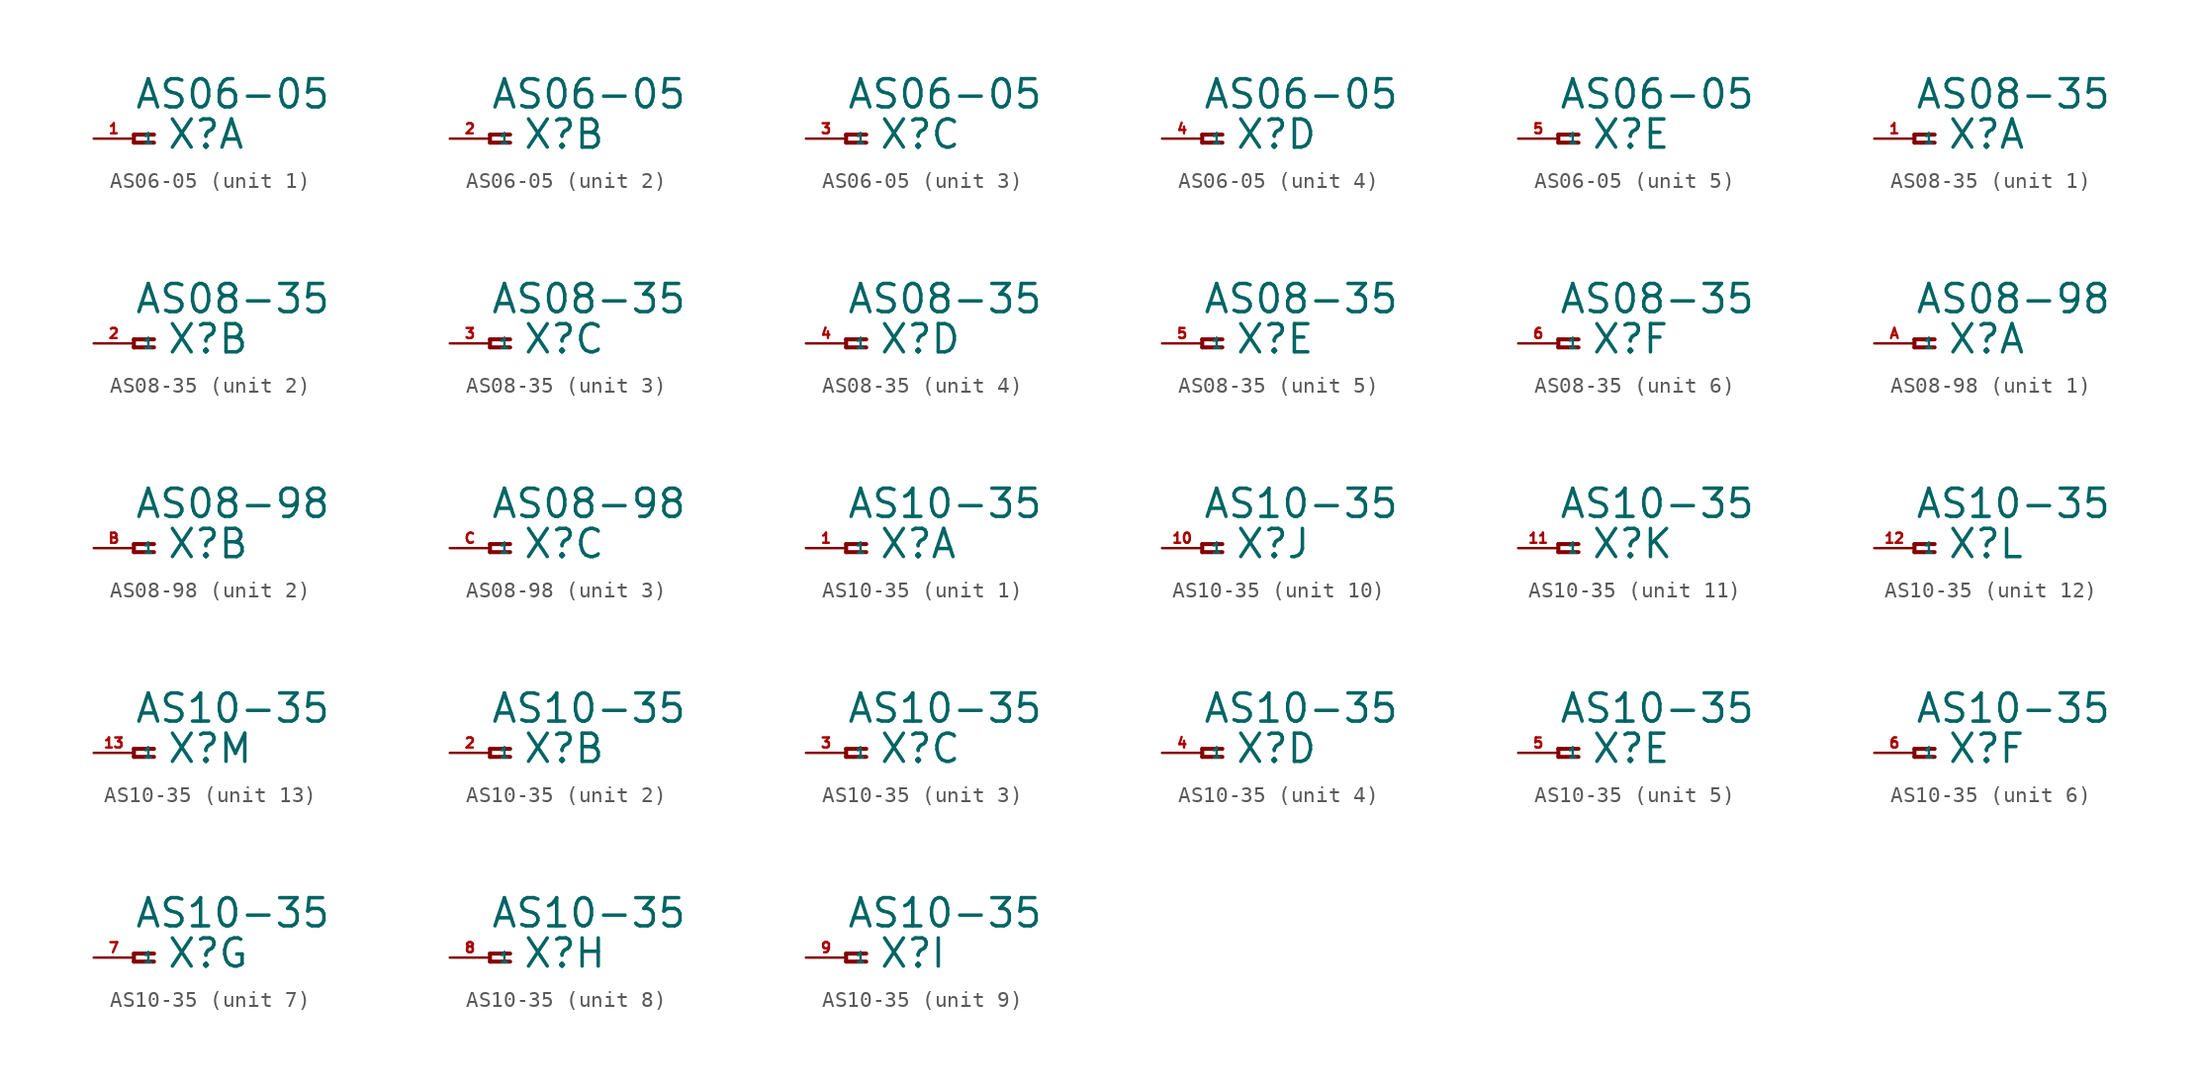
<source format=kicad_sym>
(kicad_symbol_lib
  (version 20220914)
  (generator Eagle2Kicad)
  (symbol "AS06-05"
    (property "Reference" "X"
      (at 2.032 -0.762 0)
      (effects (font (size 1.778 1.778) (thickness 0.22)) (justify left bottom)))
    (property "Value" "AS06-05"
      (at 0 1.778 0)
      (effects (font (size 1.778 1.778) (thickness 0.22)) (justify left bottom)))
    (symbol "AS06-05_1_0"
      (polyline (pts (xy 1.27 0.254) (xy 0 0.254)) (stroke (width 0.254) (type default)) (fill (type none)))
      (polyline (pts (xy 0 0.254) (xy 0 -0.254)) (stroke (width 0.254) (type default)) (fill (type none)))
      (polyline (pts (xy 0 -0.254) (xy 1.27 -0.254)) (stroke (width 0.254) (type default)) (fill (type none)))
      (pin passive line (at -2.54 0 0) (length 2.54) (name "1" (effects (font (size 0.635 0.635) (thickness 0.08)) (justify left bottom))) (number "1" (effects (font (size 0.635 0.635) (thickness 0.08)) (justify left bottom)))))
    (symbol "AS06-05_2_0"
      (polyline (pts (xy 1.27 0.254) (xy 0 0.254)) (stroke (width 0.254) (type default)) (fill (type none)))
      (polyline (pts (xy 0 0.254) (xy 0 -0.254)) (stroke (width 0.254) (type default)) (fill (type none)))
      (polyline (pts (xy 0 -0.254) (xy 1.27 -0.254)) (stroke (width 0.254) (type default)) (fill (type none)))
      (pin passive line (at -2.54 0 0) (length 2.54) (name "1" (effects (font (size 0.635 0.635) (thickness 0.08)) (justify left bottom))) (number "2" (effects (font (size 0.635 0.635) (thickness 0.08)) (justify left bottom)))))
    (symbol "AS06-05_3_0"
      (polyline (pts (xy 1.27 0.254) (xy 0 0.254)) (stroke (width 0.254) (type default)) (fill (type none)))
      (polyline (pts (xy 0 0.254) (xy 0 -0.254)) (stroke (width 0.254) (type default)) (fill (type none)))
      (polyline (pts (xy 0 -0.254) (xy 1.27 -0.254)) (stroke (width 0.254) (type default)) (fill (type none)))
      (pin passive line (at -2.54 0 0) (length 2.54) (name "1" (effects (font (size 0.635 0.635) (thickness 0.08)) (justify left bottom))) (number "3" (effects (font (size 0.635 0.635) (thickness 0.08)) (justify left bottom)))))
    (symbol "AS06-05_4_0"
      (polyline (pts (xy 1.27 0.254) (xy 0 0.254)) (stroke (width 0.254) (type default)) (fill (type none)))
      (polyline (pts (xy 0 0.254) (xy 0 -0.254)) (stroke (width 0.254) (type default)) (fill (type none)))
      (polyline (pts (xy 0 -0.254) (xy 1.27 -0.254)) (stroke (width 0.254) (type default)) (fill (type none)))
      (pin passive line (at -2.54 0 0) (length 2.54) (name "1" (effects (font (size 0.635 0.635) (thickness 0.08)) (justify left bottom))) (number "4" (effects (font (size 0.635 0.635) (thickness 0.08)) (justify left bottom)))))
    (symbol "AS06-05_5_0"
      (polyline (pts (xy 1.27 0.254) (xy 0 0.254)) (stroke (width 0.254) (type default)) (fill (type none)))
      (polyline (pts (xy 0 0.254) (xy 0 -0.254)) (stroke (width 0.254) (type default)) (fill (type none)))
      (polyline (pts (xy 0 -0.254) (xy 1.27 -0.254)) (stroke (width 0.254) (type default)) (fill (type none)))
      (pin passive line (at -2.54 0 0) (length 2.54) (name "1" (effects (font (size 0.635 0.635) (thickness 0.08)) (justify left bottom))) (number "5" (effects (font (size 0.635 0.635) (thickness 0.08)) (justify left bottom))))))
  (symbol "AS08-35"
    (property "Reference" "X"
      (at 2.032 -0.762 0)
      (effects (font (size 1.778 1.778) (thickness 0.22)) (justify left bottom)))
    (property "Value" "AS08-35"
      (at 0 1.778 0)
      (effects (font (size 1.778 1.778) (thickness 0.22)) (justify left bottom)))
    (symbol "AS08-35_1_0"
      (polyline (pts (xy 1.27 0.254) (xy 0 0.254)) (stroke (width 0.254) (type default)) (fill (type none)))
      (polyline (pts (xy 0 0.254) (xy 0 -0.254)) (stroke (width 0.254) (type default)) (fill (type none)))
      (polyline (pts (xy 0 -0.254) (xy 1.27 -0.254)) (stroke (width 0.254) (type default)) (fill (type none)))
      (pin passive line (at -2.54 0 0) (length 2.54) (name "1" (effects (font (size 0.635 0.635) (thickness 0.08)) (justify left bottom))) (number "1" (effects (font (size 0.635 0.635) (thickness 0.08)) (justify left bottom)))))
    (symbol "AS08-35_2_0"
      (polyline (pts (xy 1.27 0.254) (xy 0 0.254)) (stroke (width 0.254) (type default)) (fill (type none)))
      (polyline (pts (xy 0 0.254) (xy 0 -0.254)) (stroke (width 0.254) (type default)) (fill (type none)))
      (polyline (pts (xy 0 -0.254) (xy 1.27 -0.254)) (stroke (width 0.254) (type default)) (fill (type none)))
      (pin passive line (at -2.54 0 0) (length 2.54) (name "1" (effects (font (size 0.635 0.635) (thickness 0.08)) (justify left bottom))) (number "2" (effects (font (size 0.635 0.635) (thickness 0.08)) (justify left bottom)))))
    (symbol "AS08-35_3_0"
      (polyline (pts (xy 1.27 0.254) (xy 0 0.254)) (stroke (width 0.254) (type default)) (fill (type none)))
      (polyline (pts (xy 0 0.254) (xy 0 -0.254)) (stroke (width 0.254) (type default)) (fill (type none)))
      (polyline (pts (xy 0 -0.254) (xy 1.27 -0.254)) (stroke (width 0.254) (type default)) (fill (type none)))
      (pin passive line (at -2.54 0 0) (length 2.54) (name "1" (effects (font (size 0.635 0.635) (thickness 0.08)) (justify left bottom))) (number "3" (effects (font (size 0.635 0.635) (thickness 0.08)) (justify left bottom)))))
    (symbol "AS08-35_4_0"
      (polyline (pts (xy 1.27 0.254) (xy 0 0.254)) (stroke (width 0.254) (type default)) (fill (type none)))
      (polyline (pts (xy 0 0.254) (xy 0 -0.254)) (stroke (width 0.254) (type default)) (fill (type none)))
      (polyline (pts (xy 0 -0.254) (xy 1.27 -0.254)) (stroke (width 0.254) (type default)) (fill (type none)))
      (pin passive line (at -2.54 0 0) (length 2.54) (name "1" (effects (font (size 0.635 0.635) (thickness 0.08)) (justify left bottom))) (number "4" (effects (font (size 0.635 0.635) (thickness 0.08)) (justify left bottom)))))
    (symbol "AS08-35_5_0"
      (polyline (pts (xy 1.27 0.254) (xy 0 0.254)) (stroke (width 0.254) (type default)) (fill (type none)))
      (polyline (pts (xy 0 0.254) (xy 0 -0.254)) (stroke (width 0.254) (type default)) (fill (type none)))
      (polyline (pts (xy 0 -0.254) (xy 1.27 -0.254)) (stroke (width 0.254) (type default)) (fill (type none)))
      (pin passive line (at -2.54 0 0) (length 2.54) (name "1" (effects (font (size 0.635 0.635) (thickness 0.08)) (justify left bottom))) (number "5" (effects (font (size 0.635 0.635) (thickness 0.08)) (justify left bottom)))))
    (symbol "AS08-35_6_0"
      (polyline (pts (xy 1.27 0.254) (xy 0 0.254)) (stroke (width 0.254) (type default)) (fill (type none)))
      (polyline (pts (xy 0 0.254) (xy 0 -0.254)) (stroke (width 0.254) (type default)) (fill (type none)))
      (polyline (pts (xy 0 -0.254) (xy 1.27 -0.254)) (stroke (width 0.254) (type default)) (fill (type none)))
      (pin passive line (at -2.54 0 0) (length 2.54) (name "1" (effects (font (size 0.635 0.635) (thickness 0.08)) (justify left bottom))) (number "6" (effects (font (size 0.635 0.635) (thickness 0.08)) (justify left bottom))))))
  (symbol "AS08-98"
    (property "Reference" "X"
      (at 2.032 -0.762 0)
      (effects (font (size 1.778 1.778) (thickness 0.22)) (justify left bottom)))
    (property "Value" "AS08-98"
      (at 0 1.778 0)
      (effects (font (size 1.778 1.778) (thickness 0.22)) (justify left bottom)))
    (symbol "AS08-98_1_0"
      (polyline (pts (xy 1.27 0.254) (xy 0 0.254)) (stroke (width 0.254) (type default)) (fill (type none)))
      (polyline (pts (xy 0 0.254) (xy 0 -0.254)) (stroke (width 0.254) (type default)) (fill (type none)))
      (polyline (pts (xy 0 -0.254) (xy 1.27 -0.254)) (stroke (width 0.254) (type default)) (fill (type none)))
      (pin passive line (at -2.54 0 0) (length 2.54) (name "1" (effects (font (size 0.635 0.635) (thickness 0.08)) (justify left bottom))) (number "A" (effects (font (size 0.635 0.635) (thickness 0.08)) (justify left bottom)))))
    (symbol "AS08-98_2_0"
      (polyline (pts (xy 1.27 0.254) (xy 0 0.254)) (stroke (width 0.254) (type default)) (fill (type none)))
      (polyline (pts (xy 0 0.254) (xy 0 -0.254)) (stroke (width 0.254) (type default)) (fill (type none)))
      (polyline (pts (xy 0 -0.254) (xy 1.27 -0.254)) (stroke (width 0.254) (type default)) (fill (type none)))
      (pin passive line (at -2.54 0 0) (length 2.54) (name "1" (effects (font (size 0.635 0.635) (thickness 0.08)) (justify left bottom))) (number "B" (effects (font (size 0.635 0.635) (thickness 0.08)) (justify left bottom)))))
    (symbol "AS08-98_3_0"
      (polyline (pts (xy 1.27 0.254) (xy 0 0.254)) (stroke (width 0.254) (type default)) (fill (type none)))
      (polyline (pts (xy 0 0.254) (xy 0 -0.254)) (stroke (width 0.254) (type default)) (fill (type none)))
      (polyline (pts (xy 0 -0.254) (xy 1.27 -0.254)) (stroke (width 0.254) (type default)) (fill (type none)))
      (pin passive line (at -2.54 0 0) (length 2.54) (name "1" (effects (font (size 0.635 0.635) (thickness 0.08)) (justify left bottom))) (number "C" (effects (font (size 0.635 0.635) (thickness 0.08)) (justify left bottom))))))
  (symbol "AS10-35"
    (property "Reference" "X"
      (at 2.032 -0.762 0)
      (effects (font (size 1.778 1.778) (thickness 0.22)) (justify left bottom)))
    (property "Value" "AS10-35"
      (at 0 1.778 0)
      (effects (font (size 1.778 1.778) (thickness 0.22)) (justify left bottom)))
    (symbol "AS10-35_1_0"
      (polyline (pts (xy 1.27 0.254) (xy 0 0.254)) (stroke (width 0.254) (type default)) (fill (type none)))
      (polyline (pts (xy 0 0.254) (xy 0 -0.254)) (stroke (width 0.254) (type default)) (fill (type none)))
      (polyline (pts (xy 0 -0.254) (xy 1.27 -0.254)) (stroke (width 0.254) (type default)) (fill (type none)))
      (pin passive line (at -2.54 0 0) (length 2.54) (name "1" (effects (font (size 0.635 0.635) (thickness 0.08)) (justify left bottom))) (number "1" (effects (font (size 0.635 0.635) (thickness 0.08)) (justify left bottom)))))
    (symbol "AS10-35_2_0"
      (polyline (pts (xy 1.27 0.254) (xy 0 0.254)) (stroke (width 0.254) (type default)) (fill (type none)))
      (polyline (pts (xy 0 0.254) (xy 0 -0.254)) (stroke (width 0.254) (type default)) (fill (type none)))
      (polyline (pts (xy 0 -0.254) (xy 1.27 -0.254)) (stroke (width 0.254) (type default)) (fill (type none)))
      (pin passive line (at -2.54 0 0) (length 2.54) (name "1" (effects (font (size 0.635 0.635) (thickness 0.08)) (justify left bottom))) (number "2" (effects (font (size 0.635 0.635) (thickness 0.08)) (justify left bottom)))))
    (symbol "AS10-35_3_0"
      (polyline (pts (xy 1.27 0.254) (xy 0 0.254)) (stroke (width 0.254) (type default)) (fill (type none)))
      (polyline (pts (xy 0 0.254) (xy 0 -0.254)) (stroke (width 0.254) (type default)) (fill (type none)))
      (polyline (pts (xy 0 -0.254) (xy 1.27 -0.254)) (stroke (width 0.254) (type default)) (fill (type none)))
      (pin passive line (at -2.54 0 0) (length 2.54) (name "1" (effects (font (size 0.635 0.635) (thickness 0.08)) (justify left bottom))) (number "3" (effects (font (size 0.635 0.635) (thickness 0.08)) (justify left bottom)))))
    (symbol "AS10-35_4_0"
      (polyline (pts (xy 1.27 0.254) (xy 0 0.254)) (stroke (width 0.254) (type default)) (fill (type none)))
      (polyline (pts (xy 0 0.254) (xy 0 -0.254)) (stroke (width 0.254) (type default)) (fill (type none)))
      (polyline (pts (xy 0 -0.254) (xy 1.27 -0.254)) (stroke (width 0.254) (type default)) (fill (type none)))
      (pin passive line (at -2.54 0 0) (length 2.54) (name "1" (effects (font (size 0.635 0.635) (thickness 0.08)) (justify left bottom))) (number "4" (effects (font (size 0.635 0.635) (thickness 0.08)) (justify left bottom)))))
    (symbol "AS10-35_5_0"
      (polyline (pts (xy 1.27 0.254) (xy 0 0.254)) (stroke (width 0.254) (type default)) (fill (type none)))
      (polyline (pts (xy 0 0.254) (xy 0 -0.254)) (stroke (width 0.254) (type default)) (fill (type none)))
      (polyline (pts (xy 0 -0.254) (xy 1.27 -0.254)) (stroke (width 0.254) (type default)) (fill (type none)))
      (pin passive line (at -2.54 0 0) (length 2.54) (name "1" (effects (font (size 0.635 0.635) (thickness 0.08)) (justify left bottom))) (number "5" (effects (font (size 0.635 0.635) (thickness 0.08)) (justify left bottom)))))
    (symbol "AS10-35_6_0"
      (polyline (pts (xy 1.27 0.254) (xy 0 0.254)) (stroke (width 0.254) (type default)) (fill (type none)))
      (polyline (pts (xy 0 0.254) (xy 0 -0.254)) (stroke (width 0.254) (type default)) (fill (type none)))
      (polyline (pts (xy 0 -0.254) (xy 1.27 -0.254)) (stroke (width 0.254) (type default)) (fill (type none)))
      (pin passive line (at -2.54 0 0) (length 2.54) (name "1" (effects (font (size 0.635 0.635) (thickness 0.08)) (justify left bottom))) (number "6" (effects (font (size 0.635 0.635) (thickness 0.08)) (justify left bottom)))))
    (symbol "AS10-35_7_0"
      (polyline (pts (xy 1.27 0.254) (xy 0 0.254)) (stroke (width 0.254) (type default)) (fill (type none)))
      (polyline (pts (xy 0 0.254) (xy 0 -0.254)) (stroke (width 0.254) (type default)) (fill (type none)))
      (polyline (pts (xy 0 -0.254) (xy 1.27 -0.254)) (stroke (width 0.254) (type default)) (fill (type none)))
      (pin passive line (at -2.54 0 0) (length 2.54) (name "1" (effects (font (size 0.635 0.635) (thickness 0.08)) (justify left bottom))) (number "7" (effects (font (size 0.635 0.635) (thickness 0.08)) (justify left bottom)))))
    (symbol "AS10-35_8_0"
      (polyline (pts (xy 1.27 0.254) (xy 0 0.254)) (stroke (width 0.254) (type default)) (fill (type none)))
      (polyline (pts (xy 0 0.254) (xy 0 -0.254)) (stroke (width 0.254) (type default)) (fill (type none)))
      (polyline (pts (xy 0 -0.254) (xy 1.27 -0.254)) (stroke (width 0.254) (type default)) (fill (type none)))
      (pin passive line (at -2.54 0 0) (length 2.54) (name "1" (effects (font (size 0.635 0.635) (thickness 0.08)) (justify left bottom))) (number "8" (effects (font (size 0.635 0.635) (thickness 0.08)) (justify left bottom)))))
    (symbol "AS10-35_9_0"
      (polyline (pts (xy 1.27 0.254) (xy 0 0.254)) (stroke (width 0.254) (type default)) (fill (type none)))
      (polyline (pts (xy 0 0.254) (xy 0 -0.254)) (stroke (width 0.254) (type default)) (fill (type none)))
      (polyline (pts (xy 0 -0.254) (xy 1.27 -0.254)) (stroke (width 0.254) (type default)) (fill (type none)))
      (pin passive line (at -2.54 0 0) (length 2.54) (name "1" (effects (font (size 0.635 0.635) (thickness 0.08)) (justify left bottom))) (number "9" (effects (font (size 0.635 0.635) (thickness 0.08)) (justify left bottom)))))
    (symbol "AS10-35_10_0"
      (polyline (pts (xy 1.27 0.254) (xy 0 0.254)) (stroke (width 0.254) (type default)) (fill (type none)))
      (polyline (pts (xy 0 0.254) (xy 0 -0.254)) (stroke (width 0.254) (type default)) (fill (type none)))
      (polyline (pts (xy 0 -0.254) (xy 1.27 -0.254)) (stroke (width 0.254) (type default)) (fill (type none)))
      (pin passive line (at -2.54 0 0) (length 2.54) (name "1" (effects (font (size 0.635 0.635) (thickness 0.08)) (justify left bottom))) (number "10" (effects (font (size 0.635 0.635) (thickness 0.08)) (justify left bottom)))))
    (symbol "AS10-35_11_0"
      (polyline (pts (xy 1.27 0.254) (xy 0 0.254)) (stroke (width 0.254) (type default)) (fill (type none)))
      (polyline (pts (xy 0 0.254) (xy 0 -0.254)) (stroke (width 0.254) (type default)) (fill (type none)))
      (polyline (pts (xy 0 -0.254) (xy 1.27 -0.254)) (stroke (width 0.254) (type default)) (fill (type none)))
      (pin passive line (at -2.54 0 0) (length 2.54) (name "1" (effects (font (size 0.635 0.635) (thickness 0.08)) (justify left bottom))) (number "11" (effects (font (size 0.635 0.635) (thickness 0.08)) (justify left bottom)))))
    (symbol "AS10-35_12_0"
      (polyline (pts (xy 1.27 0.254) (xy 0 0.254)) (stroke (width 0.254) (type default)) (fill (type none)))
      (polyline (pts (xy 0 0.254) (xy 0 -0.254)) (stroke (width 0.254) (type default)) (fill (type none)))
      (polyline (pts (xy 0 -0.254) (xy 1.27 -0.254)) (stroke (width 0.254) (type default)) (fill (type none)))
      (pin passive line (at -2.54 0 0) (length 2.54) (name "1" (effects (font (size 0.635 0.635) (thickness 0.08)) (justify left bottom))) (number "12" (effects (font (size 0.635 0.635) (thickness 0.08)) (justify left bottom)))))
    (symbol "AS10-35_13_0"
      (polyline (pts (xy 1.27 0.254) (xy 0 0.254)) (stroke (width 0.254) (type default)) (fill (type none)))
      (polyline (pts (xy 0 0.254) (xy 0 -0.254)) (stroke (width 0.254) (type default)) (fill (type none)))
      (polyline (pts (xy 0 -0.254) (xy 1.27 -0.254)) (stroke (width 0.254) (type default)) (fill (type none)))
      (pin passive line (at -2.54 0 0) (length 2.54) (name "1" (effects (font (size 0.635 0.635) (thickness 0.08)) (justify left bottom))) (number "13" (effects (font (size 0.635 0.635) (thickness 0.08)) (justify left bottom)))))))
</source>
